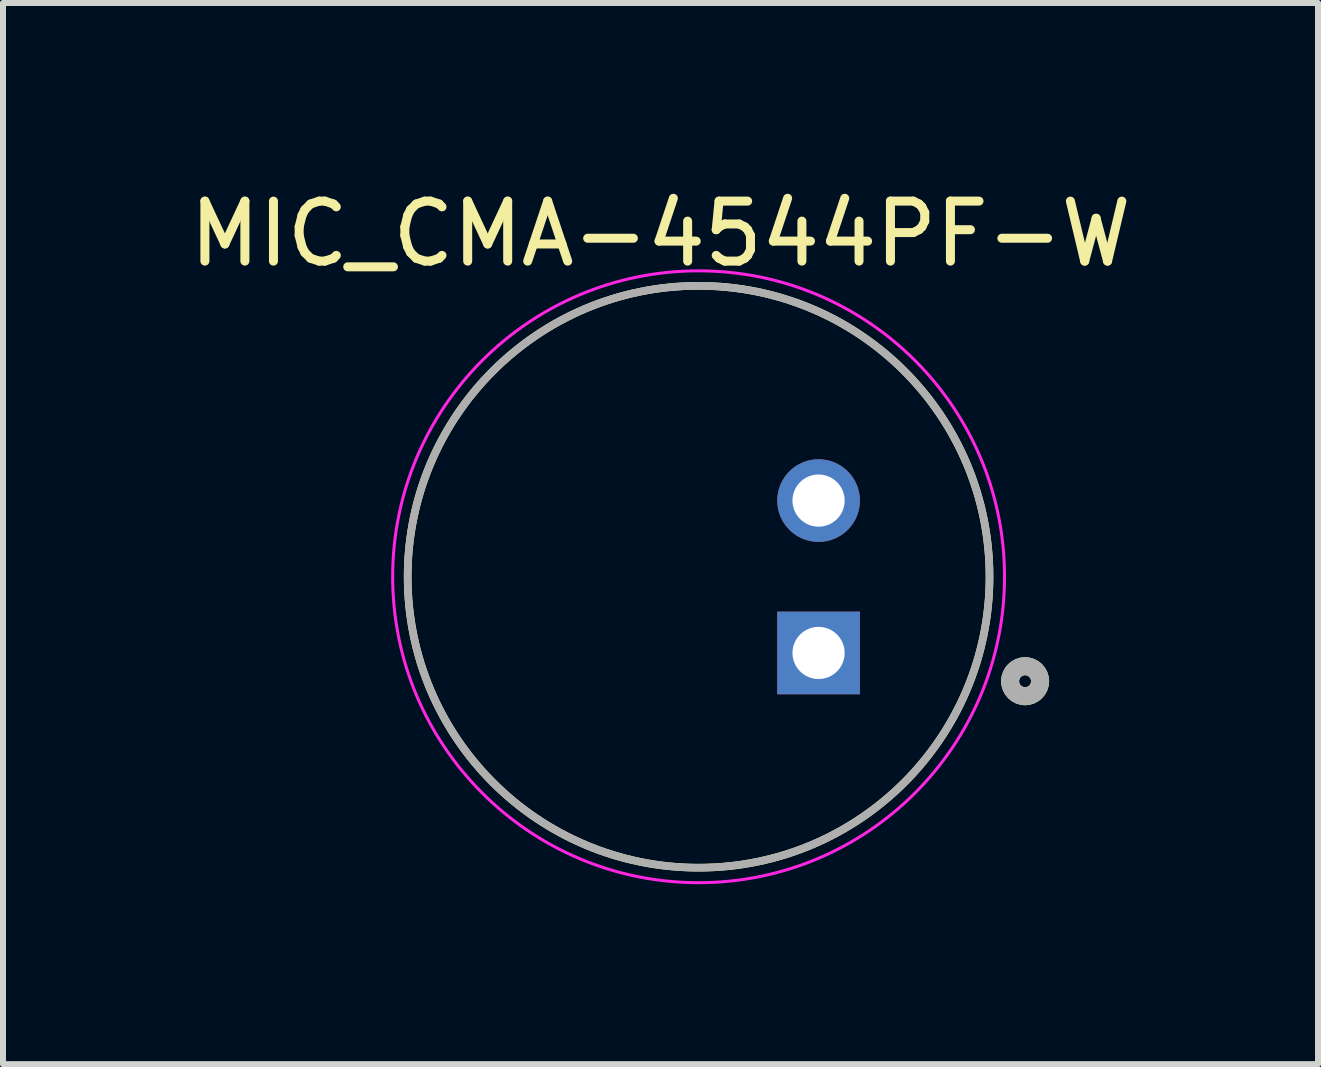
<source format=kicad_pcb>
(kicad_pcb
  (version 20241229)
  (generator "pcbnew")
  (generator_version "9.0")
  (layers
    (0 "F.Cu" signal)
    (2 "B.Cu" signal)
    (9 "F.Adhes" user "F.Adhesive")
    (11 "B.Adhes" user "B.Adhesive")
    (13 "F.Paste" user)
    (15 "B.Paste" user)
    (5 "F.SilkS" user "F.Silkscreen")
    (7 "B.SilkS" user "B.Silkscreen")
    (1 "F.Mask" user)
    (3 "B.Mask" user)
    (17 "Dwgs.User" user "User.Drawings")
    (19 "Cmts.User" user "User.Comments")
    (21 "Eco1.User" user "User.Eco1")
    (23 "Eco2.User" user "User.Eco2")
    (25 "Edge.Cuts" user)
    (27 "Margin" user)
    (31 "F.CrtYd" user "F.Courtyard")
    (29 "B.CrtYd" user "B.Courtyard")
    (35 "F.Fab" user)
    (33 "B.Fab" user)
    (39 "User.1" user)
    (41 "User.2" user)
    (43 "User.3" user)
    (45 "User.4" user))
  (footprint "MIC_CMA-4544PF-W"
    (layer "F.Cu")
    (at 8.596 6.565)
    (property "Reference" "MIC_CMA-4544PF-W" (at -0.635 -5.717 0) (layer "F.SilkS") (effects (font (size 1 1) (thickness 0.15))))
    (attr through_hole)
    (fp_circle (center 0 0) (end 4.85 0) (stroke (width 0.127) (type solid)) (fill no) (layer "F.SilkS"))
    (fp_circle (center 5.443 1.741) (end 5.543 1.741) (stroke (width 0.3) (type solid)) (fill no) (layer "F.SilkS"))
    (fp_circle (center 0 0) (end 5.1 0) (stroke (width 0.05) (type solid)) (fill no) (layer "F.CrtYd"))
    (fp_circle (center 0 0) (end 4.85 0) (stroke (width 0.127) (type solid)) (fill no) (layer "F.Fab"))
    (fp_circle (center 5.443 1.741) (end 5.543 1.741) (stroke (width 0.3) (type solid)) (fill no) (layer "F.Fab"))
    (pad "1" thru_hole rect (at 2 1.27) (size 1.378 1.378) (drill 0.87) (layers "*.Cu" "*.Mask"))
    (pad "2" thru_hole circle (at 2 -1.27) (size 1.378 1.378) (drill 0.87) (layers "*.Cu" "*.Mask")))
  (gr_rect
    (start -3 -3)
    (end 18.922 14.69)
    (stroke (width 0.1) (type default))
    (fill no)
    (layer "Edge.Cuts")))
</source>
